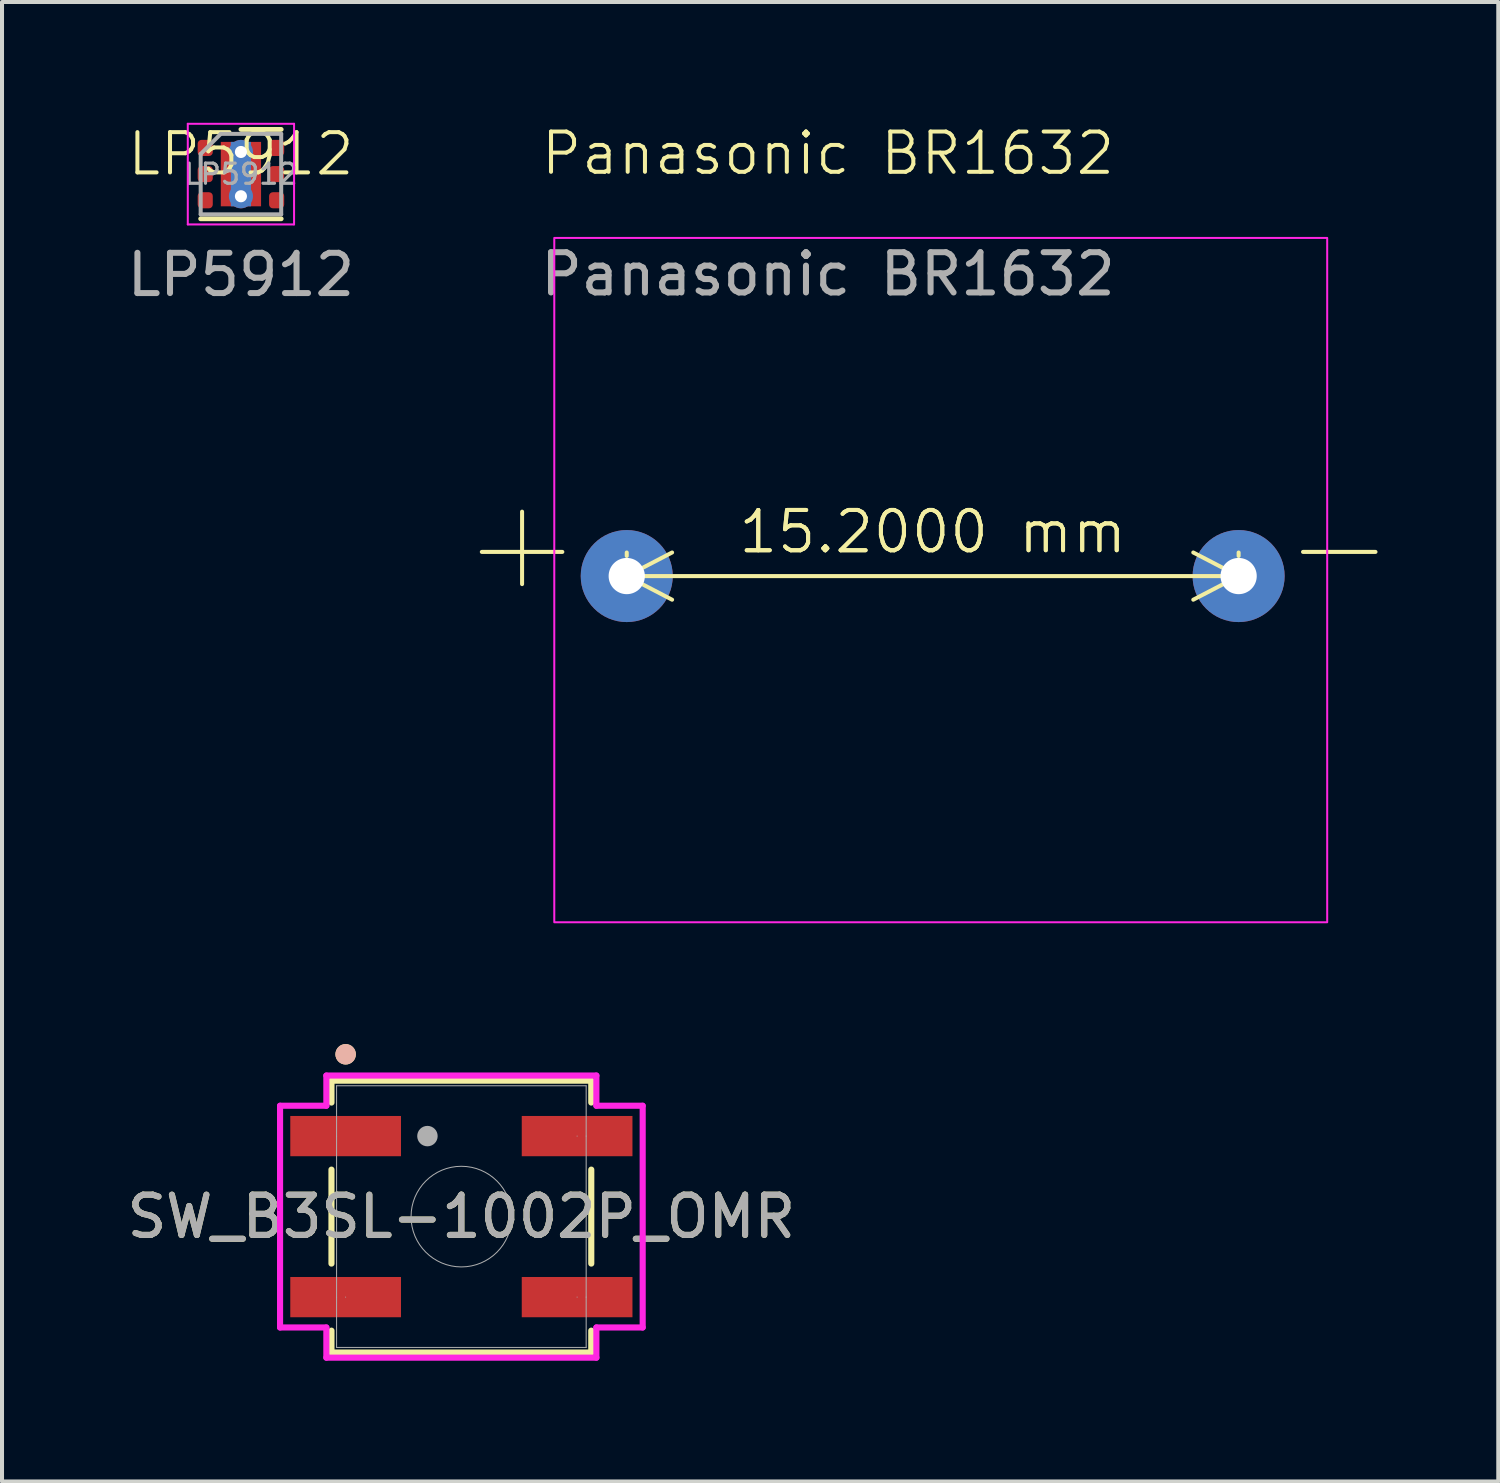
<source format=kicad_pcb>
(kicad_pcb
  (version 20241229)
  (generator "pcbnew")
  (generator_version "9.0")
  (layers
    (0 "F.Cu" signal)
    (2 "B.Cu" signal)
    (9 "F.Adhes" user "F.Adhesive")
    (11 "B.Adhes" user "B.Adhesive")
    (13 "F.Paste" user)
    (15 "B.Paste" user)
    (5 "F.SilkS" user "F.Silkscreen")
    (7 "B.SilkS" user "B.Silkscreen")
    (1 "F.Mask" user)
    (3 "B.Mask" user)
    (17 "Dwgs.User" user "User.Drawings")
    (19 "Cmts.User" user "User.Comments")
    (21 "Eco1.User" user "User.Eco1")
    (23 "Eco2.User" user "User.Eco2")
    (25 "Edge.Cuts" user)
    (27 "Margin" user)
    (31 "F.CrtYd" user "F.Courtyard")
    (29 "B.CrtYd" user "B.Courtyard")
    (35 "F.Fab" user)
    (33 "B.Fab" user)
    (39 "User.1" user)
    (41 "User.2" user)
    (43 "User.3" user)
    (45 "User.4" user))
  (footprint "LP5912"
    (layer "F.Cu")
    (at 2.935 1.275)
    (property "Reference" "LP5912" (at 0 -0.5 0) (unlocked yes) (layer "F.SilkS") (effects (font (size 1 1) (thickness 0.1))))
    (attr smd)
    (fp_line (start -1 1.11) (end 1 1.11) (stroke (width 0.12) (type solid)) (layer "F.SilkS"))
    (fp_line (start 0 -1.11) (end 1 -1.11) (stroke (width 0.12) (type solid)) (layer "F.SilkS"))
    (fp_line (start -1.32 -1.25) (end -1.32 1.25) (stroke (width 0.05) (type solid)) (layer "F.CrtYd"))
    (fp_line (start -1.32 1.25) (end 1.32 1.25) (stroke (width 0.05) (type solid)) (layer "F.CrtYd"))
    (fp_line (start 1.32 -1.25) (end -1.32 -1.25) (stroke (width 0.05) (type solid)) (layer "F.CrtYd"))
    (fp_line (start 1.32 1.25) (end 1.32 -1.25) (stroke (width 0.05) (type solid)) (layer "F.CrtYd"))
    (fp_line (start -1 -0.5) (end -0.5 -1) (stroke (width 0.1) (type solid)) (layer "F.Fab"))
    (fp_line (start -1 1) (end -1 -0.5) (stroke (width 0.1) (type solid)) (layer "F.Fab"))
    (fp_line (start -0.5 -1) (end 1 -1) (stroke (width 0.1) (type solid)) (layer "F.Fab"))
    (fp_line (start 1 -1) (end 1 1) (stroke (width 0.1) (type solid)) (layer "F.Fab"))
    (fp_line (start 1 1) (end -1 1) (stroke (width 0.1) (type solid)) (layer "F.Fab"))
    (fp_text user "${REFERENCE}" (at 0 0 0) (layer "F.Fab") (effects (font (size 0.5 0.5) (thickness 0.08))))
    (fp_text user "${REFERENCE}" (at 0 2.5 0) (unlocked yes) (layer "F.Fab") (effects (font (size 1 1) (thickness 0.15))))
    (pad "" smd roundrect (at 0 -0.4) (size 0.87 0.69) (layers "F.Paste") (roundrect_rratio 0.25))
    (pad "" smd roundrect (at 0 0.4) (size 0.87 0.69) (layers "F.Paste") (roundrect_rratio 0.25))
    (pad "1" smd roundrect (at -0.887 -0.65) (size 0.375 0.4) (layers "F.Cu" "F.Mask" "F.Paste") (roundrect_rratio 0.25))
    (pad "2" smd roundrect (at -0.887 0) (size 0.375 0.4) (layers "F.Cu" "F.Mask" "F.Paste") (roundrect_rratio 0.25))
    (pad "3" smd roundrect (at -0.887 0.65) (size 0.375 0.4) (layers "F.Cu" "F.Mask" "F.Paste") (roundrect_rratio 0.25))
    (pad "4" smd roundrect (at 0.887 0.65) (size 0.375 0.4) (layers "F.Cu" "F.Mask" "F.Paste") (roundrect_rratio 0.25))
    (pad "5" smd roundrect (at 0.887 0) (size 0.375 0.4) (layers "F.Cu" "F.Mask" "F.Paste") (roundrect_rratio 0.25))
    (pad "6" smd roundrect (at 0.887 -0.65) (size 0.375 0.4) (layers "F.Cu" "F.Mask" "F.Paste") (roundrect_rratio 0.25))
    (pad "7" thru_hole circle (at 0 -0.55) (size 0.6 0.6) (drill 0.3) (layers "*.Cu"))
    (pad "7" smd rect (at 0 0) (size 0.5 1.6) (layers "B.Cu"))
    (pad "7" smd rect (at 0 0) (size 1 1.6) (layers "F.Cu" "F.Mask"))
    (pad "7" thru_hole circle (at 0 0.55) (size 0.6 0.6) (drill 0.3) (layers "*.Cu")))
  (footprint "Panasonic BR1632"
    (layer "F.Cu")
    (at 17.519 1.26)
    (property "Reference" "Panasonic BR1632" (at 0 -0.5 0) (unlocked yes) (layer "F.SilkS") (effects (font (size 1 1) (thickness 0.1))))
    (attr smd)
    (fp_line (start -8.6 9.4) (end -6.6 9.4) (stroke (width 0.1) (type default)) (layer "F.SilkS"))
    (fp_line (start -7.6 8.4) (end -7.6 10.2) (stroke (width 0.1) (type default)) (layer "F.SilkS"))
    (fp_line (start 11.8 9.4) (end 13.6 9.4) (stroke (width 0.1) (type default)) (layer "F.SilkS"))
    (fp_rect (start -6.8 1.6) (end 12.4 18.6) (stroke (width 0.05) (type default)) (fill no) (layer "F.CrtYd"))
    (fp_text user "${REFERENCE}" (at 0 2.5 0) (unlocked yes) (layer "F.Fab") (effects (font (size 1 1) (thickness 0.15))))
    (dimension (type aligned) (layer "F.SilkS") (pts (xy 12.519 11.261) (xy 27.719 11.261)) (height 0) (format (prefix "") (suffix "") (units 3) (units_format 1) (precision 4)) (style (thickness 0.1) (arrow_length 1.27) (text_position_mode 0) (arrow_direction outward) (extension_height 0.586) (extension_offset 0.5) (keep_text_aligned yes)) (gr_text "15.2000 mm" (at 20.119 10.161 0) (layer "F.SilkS") (effects (font (size 1 1) (thickness 0.1)))))
    (pad "1" thru_hole circle (at -5 10) (size 2.286 2.286) (drill 0.9) (layers "*.Cu" "*.Mask"))
    (pad "2" thru_hole circle (at 10.2 10) (size 2.286 2.286) (drill 0.9) (layers "*.Cu" "*.Mask")))
  (footprint "SW_B3SL-1002P_OMR"
    (layer "F.Cu")
    (at 8.411 27.172)
    (property "Reference" "SW_B3SL-1002P_OMR" (at 0 0 0) (unlocked yes) (layer "F.SilkS") (effects (font (size 1 1) (thickness 0.15))))
    (attr smd)
    (fp_line (start -3.227 -3.377) (end -3.227 -2.833) (stroke (width 0.152) (type solid)) (layer "F.SilkS"))
    (fp_line (start -3.227 -1.167) (end -3.227 1.167) (stroke (width 0.152) (type solid)) (layer "F.SilkS"))
    (fp_line (start -3.227 2.833) (end -3.227 3.377) (stroke (width 0.152) (type solid)) (layer "F.SilkS"))
    (fp_line (start -3.227 3.377) (end 3.227 3.377) (stroke (width 0.152) (type solid)) (layer "F.SilkS"))
    (fp_line (start 3.227 -3.377) (end -3.227 -3.377) (stroke (width 0.152) (type solid)) (layer "F.SilkS"))
    (fp_line (start 3.227 -2.833) (end 3.227 -3.377) (stroke (width 0.152) (type solid)) (layer "F.SilkS"))
    (fp_line (start 3.227 1.167) (end 3.227 -1.167) (stroke (width 0.152) (type solid)) (layer "F.SilkS"))
    (fp_line (start 3.227 3.377) (end 3.227 2.833) (stroke (width 0.152) (type solid)) (layer "F.SilkS"))
    (fp_circle (center -2.875 -4.032) (end -2.748 -4.032) (stroke (width 0.254) (type solid)) (fill no) (layer "F.SilkS"))
    (fp_circle (center -2.875 -4.032) (end -2.748 -4.032) (stroke (width 0.254) (type solid)) (fill no) (layer "B.SilkS"))
    (fp_line (start -4.504 -2.754) (end -3.354 -2.754) (stroke (width 0.152) (type solid)) (layer "F.CrtYd"))
    (fp_line (start -4.504 2.754) (end -4.504 -2.754) (stroke (width 0.152) (type solid)) (layer "F.CrtYd"))
    (fp_line (start -4.504 2.754) (end -3.354 2.754) (stroke (width 0.152) (type solid)) (layer "F.CrtYd"))
    (fp_line (start -3.354 -3.504) (end 3.354 -3.504) (stroke (width 0.152) (type solid)) (layer "F.CrtYd"))
    (fp_line (start -3.354 -2.754) (end -3.354 -3.504) (stroke (width 0.152) (type solid)) (layer "F.CrtYd"))
    (fp_line (start -3.354 3.504) (end -3.354 2.754) (stroke (width 0.152) (type solid)) (layer "F.CrtYd"))
    (fp_line (start 3.354 -3.504) (end 3.354 -2.754) (stroke (width 0.152) (type solid)) (layer "F.CrtYd"))
    (fp_line (start 3.354 2.754) (end 3.354 3.504) (stroke (width 0.152) (type solid)) (layer "F.CrtYd"))
    (fp_line (start 3.354 3.504) (end -3.354 3.504) (stroke (width 0.152) (type solid)) (layer "F.CrtYd"))
    (fp_line (start 4.504 -2.754) (end 3.354 -2.754) (stroke (width 0.152) (type solid)) (layer "F.CrtYd"))
    (fp_line (start 4.504 -2.754) (end 4.504 2.754) (stroke (width 0.152) (type solid)) (layer "F.CrtYd"))
    (fp_line (start 4.504 2.754) (end 3.354 2.754) (stroke (width 0.152) (type solid)) (layer "F.CrtYd"))
    (fp_line (start -3.1 -2) (end -3.1 -2) (stroke (width 0.025) (type solid)) (layer "F.Fab"))
    (fp_line (start -3.1 2) (end -3.1 2) (stroke (width 0.025) (type solid)) (layer "F.Fab"))
    (fp_line (start -3.1 -3.25) (end -3.1 3.25) (stroke (width 0.025) (type solid)) (layer "F.Fab"))
    (fp_line (start -3.1 3.25) (end 3.1 3.25) (stroke (width 0.025) (type solid)) (layer "F.Fab"))
    (fp_line (start -2.875 2) (end -2.875 2) (stroke (width 0.025) (type solid)) (layer "F.Fab"))
    (fp_line (start 2.875 -2) (end 2.875 -2) (stroke (width 0.025) (type solid)) (layer "F.Fab"))
    (fp_line (start 2.875 2) (end 2.875 2) (stroke (width 0.025) (type solid)) (layer "F.Fab"))
    (fp_line (start 3.1 -3.25) (end -3.1 -3.25) (stroke (width 0.025) (type solid)) (layer "F.Fab"))
    (fp_line (start 3.1 3.25) (end 3.1 -3.25) (stroke (width 0.025) (type solid)) (layer "F.Fab"))
    (fp_line (start 3.1 -2) (end 3.1 -2) (stroke (width 0.025) (type solid)) (layer "F.Fab"))
    (fp_line (start 3.1 2) (end 3.1 2) (stroke (width 0.025) (type solid)) (layer "F.Fab"))
    (fp_circle (center -0.843 -2) (end -0.716 -2) (stroke (width 0.254) (type solid)) (fill no) (layer "F.Fab"))
    (fp_circle (center 0 0) (end 1.25 0) (stroke (width 0.025) (type solid)) (fill no) (layer "F.Fab"))
    (fp_text user "${REFERENCE}" (at 0 0 0) (unlocked yes) (layer "F.Fab") (effects (font (size 1 1) (thickness 0.15))))
    (pad "1" smd rect (at -2.875 -2) (size 2.75 1) (layers "F.Cu" "F.Mask" "F.Paste"))
    (pad "2" smd rect (at 2.875 -2) (size 2.75 1) (layers "F.Cu" "F.Mask" "F.Paste"))
    (pad "3" smd rect (at -2.875 2) (size 2.75 1) (layers "F.Cu" "F.Mask" "F.Paste"))
    (pad "4" smd rect (at 2.875 2) (size 2.75 1) (layers "F.Cu" "F.Mask" "F.Paste")))
  (gr_rect
    (start -3 -3)
    (end 34.169 33.752)
    (stroke (width 0.1) (type default))
    (fill no)
    (layer "Edge.Cuts")))
</source>
